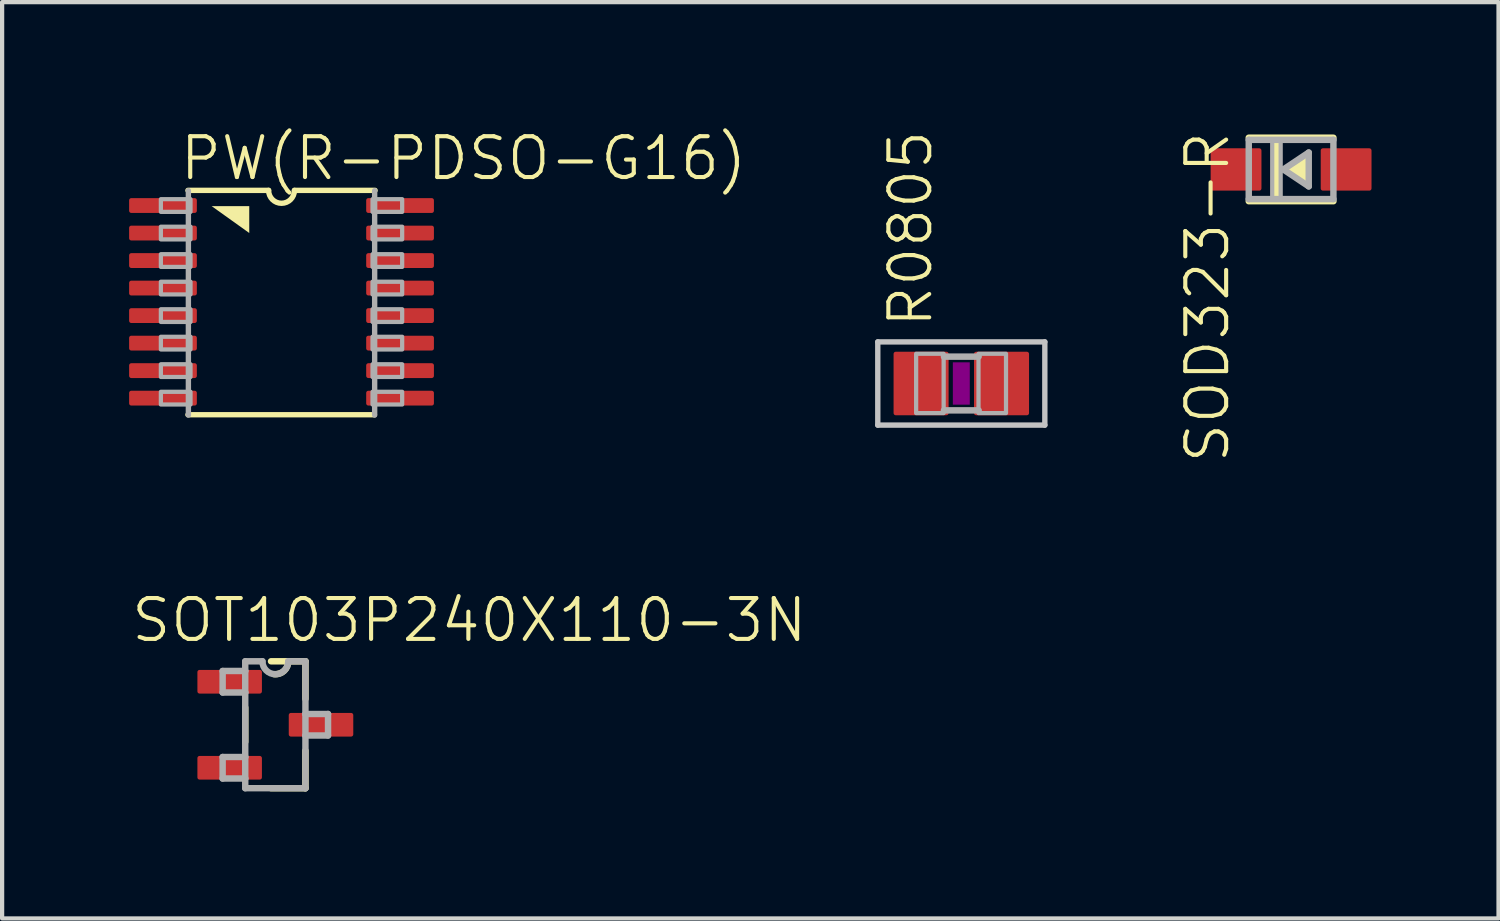
<source format=kicad_pcb>
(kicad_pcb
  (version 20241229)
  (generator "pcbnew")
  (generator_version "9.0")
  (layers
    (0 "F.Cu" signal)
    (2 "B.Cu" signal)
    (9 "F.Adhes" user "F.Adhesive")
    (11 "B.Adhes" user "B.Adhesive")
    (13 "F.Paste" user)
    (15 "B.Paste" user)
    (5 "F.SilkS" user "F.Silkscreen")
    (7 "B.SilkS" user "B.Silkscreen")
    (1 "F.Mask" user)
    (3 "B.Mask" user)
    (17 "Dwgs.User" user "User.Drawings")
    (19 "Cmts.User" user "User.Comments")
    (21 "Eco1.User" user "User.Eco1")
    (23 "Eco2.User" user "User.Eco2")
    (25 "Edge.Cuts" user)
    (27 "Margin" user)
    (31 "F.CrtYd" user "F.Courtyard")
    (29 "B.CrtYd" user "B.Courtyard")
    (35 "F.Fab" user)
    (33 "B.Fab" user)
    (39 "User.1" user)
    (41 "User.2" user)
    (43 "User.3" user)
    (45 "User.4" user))
  (footprint "SOD323-R"
    (layer "F.Cu")
    (at 27.448 0.953)
    (property "Reference" "SOD323-R" (at -2.54 -0.953 90) (layer "F.SilkS") (effects (font (size 0.965 0.965) (thickness 0.097)) (justify right top)))
    (attr through_hole)
    (fp_line (start -1 -0.75) (end 1 -0.75) (stroke (width 0.152) (type solid)) (layer "F.SilkS"))
    (fp_line (start 1 0.75) (end -1 0.75) (stroke (width 0.152) (type solid)) (layer "F.SilkS"))
    (fp_poly (pts (xy -0.191 0) (xy 0.381 -0.381) (xy 0.381 0.381)) (stroke (width 0) (type solid)) (fill yes) (layer "F.SilkS"))
    (fp_poly (pts (xy -0.446 0.7) (xy -0.246 0.7) (xy -0.246 -0.7) (xy -0.446 -0.7)) (stroke (width 0) (type solid)) (fill yes) (layer "F.SilkS"))
    (fp_line (start -1 -0.7) (end 1 -0.7) (stroke (width 0.152) (type solid)) (layer "F.Fab"))
    (fp_line (start -1 0.7) (end -1 -0.7) (stroke (width 0.152) (type solid)) (layer "F.Fab"))
    (fp_line (start -0.182 0) (end 0.417 -0.4) (stroke (width 0.152) (type solid)) (layer "F.Fab"))
    (fp_line (start 0.417 -0.4) (end 0.417 0.4) (stroke (width 0.152) (type solid)) (layer "F.Fab"))
    (fp_line (start 0.417 0.4) (end -0.182 0) (stroke (width 0.152) (type solid)) (layer "F.Fab"))
    (fp_line (start 1 -0.7) (end 1 0.7) (stroke (width 0.152) (type solid)) (layer "F.Fab"))
    (fp_line (start 1 0.7) (end -1 0.7) (stroke (width 0.152) (type solid)) (layer "F.Fab"))
    (fp_poly (pts (xy -0.446 0.7) (xy -0.246 0.7) (xy -0.246 -0.7) (xy -0.446 -0.7)) (stroke (width 0.1) (type solid)) (fill no) (layer "F.Fab"))
    (pad "A" smd roundrect (at 1.3 0) (size 1.2 1) (layers "F.Cu" "F.Mask" "F.Paste") (roundrect_rratio 0.051))
    (pad "C" smd roundrect (at -1.3 0) (size 1.2 1) (layers "F.Cu" "F.Mask" "F.Paste") (roundrect_rratio 0.051)))
  (footprint "R0805"
    (layer "F.Cu")
    (at 19.658 6.009)
    (property "Reference" "R0805" (at -0.635 -1.27 270) (layer "F.SilkS") (effects (font (size 0.965 0.965) (thickness 0.097)) (justify left bottom)))
    (attr through_hole)
    (fp_poly (pts (xy -0.2 0.5) (xy 0.2 0.5) (xy 0.2 -0.5) (xy -0.2 -0.5)) (stroke (width 0) (type solid)) (fill yes) (layer "F.Adhes"))
    (fp_line (start -1.973 -0.983) (end 1.973 -0.983) (stroke (width 0.127) (type solid)) (layer "Dwgs.User"))
    (fp_line (start -1.973 0.983) (end -1.973 -0.983) (stroke (width 0.127) (type solid)) (layer "Dwgs.User"))
    (fp_line (start 1.973 -0.983) (end 1.973 0.983) (stroke (width 0.127) (type solid)) (layer "Dwgs.User"))
    (fp_line (start 1.973 0.983) (end -1.973 0.983) (stroke (width 0.127) (type solid)) (layer "Dwgs.User"))
    (fp_line (start -0.41 -0.635) (end 0.41 -0.635) (stroke (width 0.152) (type solid)) (layer "F.Fab"))
    (fp_line (start -0.41 0.635) (end 0.41 0.635) (stroke (width 0.152) (type solid)) (layer "F.Fab"))
    (fp_poly (pts (xy -1.067 0.699) (xy -0.417 0.699) (xy -0.417 -0.702) (xy -1.067 -0.702)) (stroke (width 0.1) (type solid)) (fill no) (layer "F.Fab"))
    (fp_poly (pts (xy 0.406 0.699) (xy 1.056 0.699) (xy 1.056 -0.702) (xy 0.406 -0.702)) (stroke (width 0.1) (type solid)) (fill no) (layer "F.Fab"))
    (pad "1" smd roundrect (at -0.95 0) (size 1.3 1.5) (layers "F.Cu" "F.Mask" "F.Paste") (roundrect_rratio 0.039))
    (pad "2" smd roundrect (at 0.95 0) (size 1.3 1.5) (layers "F.Cu" "F.Mask" "F.Paste") (roundrect_rratio 0.039)))
  (footprint "SOT103P240X110-3N"
    (layer "F.Cu")
    (at 3.454 14.07)
    (property "Reference" "SOT103P240X110-3N" (at -3.454 -1.905 0) (layer "F.SilkS") (effects (font (size 0.965 0.965) (thickness 0.097)) (justify left bottom)))
    (attr through_hole)
    (fp_line (start -0.711 -0.406) (end -0.711 0.406) (stroke (width 0.152) (type solid)) (layer "F.SilkS"))
    (fp_line (start -0.102 1.499) (end 0.711 1.499) (stroke (width 0.152) (type solid)) (layer "F.SilkS"))
    (fp_line (start 0.305 -1.499) (end -0.102 -1.499) (stroke (width 0.152) (type solid)) (layer "F.SilkS"))
    (fp_line (start 0.711 -1.499) (end 0.305 -1.499) (stroke (width 0.152) (type solid)) (layer "F.SilkS"))
    (fp_line (start 0.711 -0.61) (end 0.711 -1.499) (stroke (width 0.152) (type solid)) (layer "F.SilkS"))
    (fp_line (start 0.711 1.499) (end 0.711 0.61) (stroke (width 0.152) (type solid)) (layer "F.SilkS"))
    (fp_arc (start 0.3048 -1.4986) (mid 0.206758 -1.273554) (end -0.0254 -1.1938) (stroke (width 0.1524) (type solid)) (layer "F.SilkS"))
    (fp_line (start -1.245 -1.27) (end -1.245 -0.762) (stroke (width 0.152) (type solid)) (layer "F.Fab"))
    (fp_line (start -1.245 -0.762) (end -0.711 -0.762) (stroke (width 0.152) (type solid)) (layer "F.Fab"))
    (fp_line (start -1.245 0.762) (end -1.245 1.27) (stroke (width 0.152) (type solid)) (layer "F.Fab"))
    (fp_line (start -1.245 1.27) (end -0.711 1.27) (stroke (width 0.152) (type solid)) (layer "F.Fab"))
    (fp_line (start -0.711 -1.499) (end -0.711 -1.27) (stroke (width 0.152) (type solid)) (layer "F.Fab"))
    (fp_line (start -0.711 -1.27) (end -1.245 -1.27) (stroke (width 0.152) (type solid)) (layer "F.Fab"))
    (fp_line (start -0.711 -1.27) (end -0.711 -0.762) (stroke (width 0.152) (type solid)) (layer "F.Fab"))
    (fp_line (start -0.711 -0.762) (end -0.711 0.762) (stroke (width 0.152) (type solid)) (layer "F.Fab"))
    (fp_line (start -0.711 0.762) (end -1.245 0.762) (stroke (width 0.152) (type solid)) (layer "F.Fab"))
    (fp_line (start -0.711 1.27) (end -0.711 0.762) (stroke (width 0.152) (type solid)) (layer "F.Fab"))
    (fp_line (start -0.711 1.499) (end -0.711 1.27) (stroke (width 0.152) (type solid)) (layer "F.Fab"))
    (fp_line (start -0.711 1.499) (end 0.711 1.499) (stroke (width 0.152) (type solid)) (layer "F.Fab"))
    (fp_line (start -0.305 -1.499) (end -0.711 -1.499) (stroke (width 0.152) (type solid)) (layer "F.Fab"))
    (fp_line (start 0.711 -1.499) (end 0.305 -1.499) (stroke (width 0.152) (type solid)) (layer "F.Fab"))
    (fp_line (start 0.711 -0.254) (end 0.711 -1.499) (stroke (width 0.152) (type solid)) (layer "F.Fab"))
    (fp_line (start 0.711 0.254) (end 0.711 -0.254) (stroke (width 0.152) (type solid)) (layer "F.Fab"))
    (fp_line (start 0.711 0.254) (end 1.245 0.254) (stroke (width 0.152) (type solid)) (layer "F.Fab"))
    (fp_line (start 0.711 1.499) (end 0.711 0.254) (stroke (width 0.152) (type solid)) (layer "F.Fab"))
    (fp_line (start 1.245 -0.254) (end 0.711 -0.254) (stroke (width 0.152) (type solid)) (layer "F.Fab"))
    (fp_line (start 1.245 0.254) (end 1.245 -0.254) (stroke (width 0.152) (type solid)) (layer "F.Fab"))
    (fp_arc (start 0.3048 -1.4986) (mid 0 -1.1938) (end -0.3048 -1.4986) (stroke (width 0.1524) (type solid)) (layer "F.Fab"))
    (pad "1" smd roundrect (at -1.079 -1.016) (size 1.524 0.559) (layers "F.Cu" "F.Mask" "F.Paste") (roundrect_rratio 0.091))
    (pad "2" smd roundrect (at -1.079 1.016) (size 1.524 0.559) (layers "F.Cu" "F.Mask" "F.Paste") (roundrect_rratio 0.091))
    (pad "3" smd roundrect (at 1.079 0) (size 1.524 0.559) (layers "F.Cu" "F.Mask" "F.Paste") (roundrect_rratio 0.091)))
  (footprint "PW(R-PDSO-G16)"
    (layer "F.Cu")
    (at 3.6 4.105)
    (property "Reference" "PW(R-PDSO-G16)" (at -2.45 -2.85 0) (layer "F.SilkS") (effects (font (size 0.965 0.965) (thickness 0.097)) (justify left bottom)))
    (attr through_hole)
    (fp_line (start -0.305 -2.658) (end -2.21 -2.658) (stroke (width 0.127) (type solid)) (layer "F.SilkS"))
    (fp_line (start 2.195 2.642) (end -2.21 2.642) (stroke (width 0.127) (type solid)) (layer "F.SilkS"))
    (fp_line (start 2.21 -2.658) (end 0.305 -2.658) (stroke (width 0.127) (type solid)) (layer "F.SilkS"))
    (fp_arc (start 0.3048 -2.6578) (mid 0 -2.353) (end -0.3048 -2.6578) (stroke (width 0.127) (type solid)) (layer "F.SilkS"))
    (fp_poly (pts (xy -1.651 -2.286) (xy -0.762 -2.286) (xy -0.762 -1.651)) (stroke (width 0) (type solid)) (fill yes) (layer "F.SilkS"))
    (fp_line (start -2.2 2.65) (end -2.2 -2.65) (stroke (width 0.127) (type solid)) (layer "F.Fab"))
    (fp_line (start 2.2 2.65) (end 2.2 -2.65) (stroke (width 0.127) (type solid)) (layer "F.Fab"))
    (fp_poly (pts (xy -2.85 -2.15) (xy -2.15 -2.15) (xy -2.15 -2.45) (xy -2.85 -2.45)) (stroke (width 0.1) (type solid)) (fill no) (layer "F.Fab"))
    (fp_poly (pts (xy -2.85 -1.5) (xy -2.15 -1.5) (xy -2.15 -1.8) (xy -2.85 -1.8)) (stroke (width 0.1) (type solid)) (fill no) (layer "F.Fab"))
    (fp_poly (pts (xy -2.85 -0.85) (xy -2.15 -0.85) (xy -2.15 -1.15) (xy -2.85 -1.15)) (stroke (width 0.1) (type solid)) (fill no) (layer "F.Fab"))
    (fp_poly (pts (xy -2.85 -0.2) (xy -2.15 -0.2) (xy -2.15 -0.5) (xy -2.85 -0.5)) (stroke (width 0.1) (type solid)) (fill no) (layer "F.Fab"))
    (fp_poly (pts (xy -2.85 0.45) (xy -2.15 0.45) (xy -2.15 0.15) (xy -2.85 0.15)) (stroke (width 0.1) (type solid)) (fill no) (layer "F.Fab"))
    (fp_poly (pts (xy -2.85 1.1) (xy -2.15 1.1) (xy -2.15 0.8) (xy -2.85 0.8)) (stroke (width 0.1) (type solid)) (fill no) (layer "F.Fab"))
    (fp_poly (pts (xy -2.85 1.75) (xy -2.15 1.75) (xy -2.15 1.45) (xy -2.85 1.45)) (stroke (width 0.1) (type solid)) (fill no) (layer "F.Fab"))
    (fp_poly (pts (xy -2.85 2.4) (xy -2.15 2.4) (xy -2.15 2.1) (xy -2.85 2.1)) (stroke (width 0.1) (type solid)) (fill no) (layer "F.Fab"))
    (fp_poly (pts (xy 2.15 -2.15) (xy 2.85 -2.15) (xy 2.85 -2.45) (xy 2.15 -2.45)) (stroke (width 0.1) (type solid)) (fill no) (layer "F.Fab"))
    (fp_poly (pts (xy 2.15 -1.5) (xy 2.85 -1.5) (xy 2.85 -1.8) (xy 2.15 -1.8)) (stroke (width 0.1) (type solid)) (fill no) (layer "F.Fab"))
    (fp_poly (pts (xy 2.15 -0.85) (xy 2.85 -0.85) (xy 2.85 -1.15) (xy 2.15 -1.15)) (stroke (width 0.1) (type solid)) (fill no) (layer "F.Fab"))
    (fp_poly (pts (xy 2.15 -0.2) (xy 2.85 -0.2) (xy 2.85 -0.5) (xy 2.15 -0.5)) (stroke (width 0.1) (type solid)) (fill no) (layer "F.Fab"))
    (fp_poly (pts (xy 2.15 0.45) (xy 2.85 0.45) (xy 2.85 0.15) (xy 2.15 0.15)) (stroke (width 0.1) (type solid)) (fill no) (layer "F.Fab"))
    (fp_poly (pts (xy 2.15 1.1) (xy 2.85 1.1) (xy 2.85 0.8) (xy 2.15 0.8)) (stroke (width 0.1) (type solid)) (fill no) (layer "F.Fab"))
    (fp_poly (pts (xy 2.15 1.75) (xy 2.85 1.75) (xy 2.85 1.45) (xy 2.15 1.45)) (stroke (width 0.1) (type solid)) (fill no) (layer "F.Fab"))
    (fp_poly (pts (xy 2.15 2.4) (xy 2.85 2.4) (xy 2.85 2.1) (xy 2.15 2.1)) (stroke (width 0.1) (type solid)) (fill no) (layer "F.Fab"))
    (pad "1" smd roundrect (at -2.8 -2.3) (size 1.6 0.35) (layers "F.Cu" "F.Mask" "F.Paste") (roundrect_rratio 0.145))
    (pad "2" smd roundrect (at -2.8 -1.65) (size 1.6 0.35) (layers "F.Cu" "F.Mask" "F.Paste") (roundrect_rratio 0.145))
    (pad "3" smd roundrect (at -2.8 -1) (size 1.6 0.35) (layers "F.Cu" "F.Mask" "F.Paste") (roundrect_rratio 0.145))
    (pad "4" smd roundrect (at -2.8 -0.35) (size 1.6 0.35) (layers "F.Cu" "F.Mask" "F.Paste") (roundrect_rratio 0.145))
    (pad "5" smd roundrect (at -2.8 0.3) (size 1.6 0.35) (layers "F.Cu" "F.Mask" "F.Paste") (roundrect_rratio 0.145))
    (pad "6" smd roundrect (at -2.8 0.95) (size 1.6 0.35) (layers "F.Cu" "F.Mask" "F.Paste") (roundrect_rratio 0.145))
    (pad "7" smd roundrect (at -2.8 1.6) (size 1.6 0.35) (layers "F.Cu" "F.Mask" "F.Paste") (roundrect_rratio 0.145))
    (pad "8" smd roundrect (at -2.8 2.25) (size 1.6 0.35) (layers "F.Cu" "F.Mask" "F.Paste") (roundrect_rratio 0.145))
    (pad "9" smd roundrect (at 2.8 2.25) (size 1.6 0.35) (layers "F.Cu" "F.Mask" "F.Paste") (roundrect_rratio 0.145))
    (pad "10" smd roundrect (at 2.8 1.6) (size 1.6 0.35) (layers "F.Cu" "F.Mask" "F.Paste") (roundrect_rratio 0.145))
    (pad "11" smd roundrect (at 2.8 0.95) (size 1.6 0.35) (layers "F.Cu" "F.Mask" "F.Paste") (roundrect_rratio 0.145))
    (pad "12" smd roundrect (at 2.8 0.3) (size 1.6 0.35) (layers "F.Cu" "F.Mask" "F.Paste") (roundrect_rratio 0.145))
    (pad "13" smd roundrect (at 2.8 -0.35) (size 1.6 0.35) (layers "F.Cu" "F.Mask" "F.Paste") (roundrect_rratio 0.145))
    (pad "14" smd roundrect (at 2.8 -1) (size 1.6 0.35) (layers "F.Cu" "F.Mask" "F.Paste") (roundrect_rratio 0.145))
    (pad "15" smd roundrect (at 2.8 -1.65) (size 1.6 0.35) (layers "F.Cu" "F.Mask" "F.Paste") (roundrect_rratio 0.145))
    (pad "16" smd roundrect (at 2.8 -2.3) (size 1.6 0.35) (layers "F.Cu" "F.Mask" "F.Paste") (roundrect_rratio 0.145)))
  (gr_rect
    (start -3 -3)
    (end 32.348 18.645)
    (stroke (width 0.1) (type default))
    (fill no)
    (layer "Edge.Cuts")))
</source>
